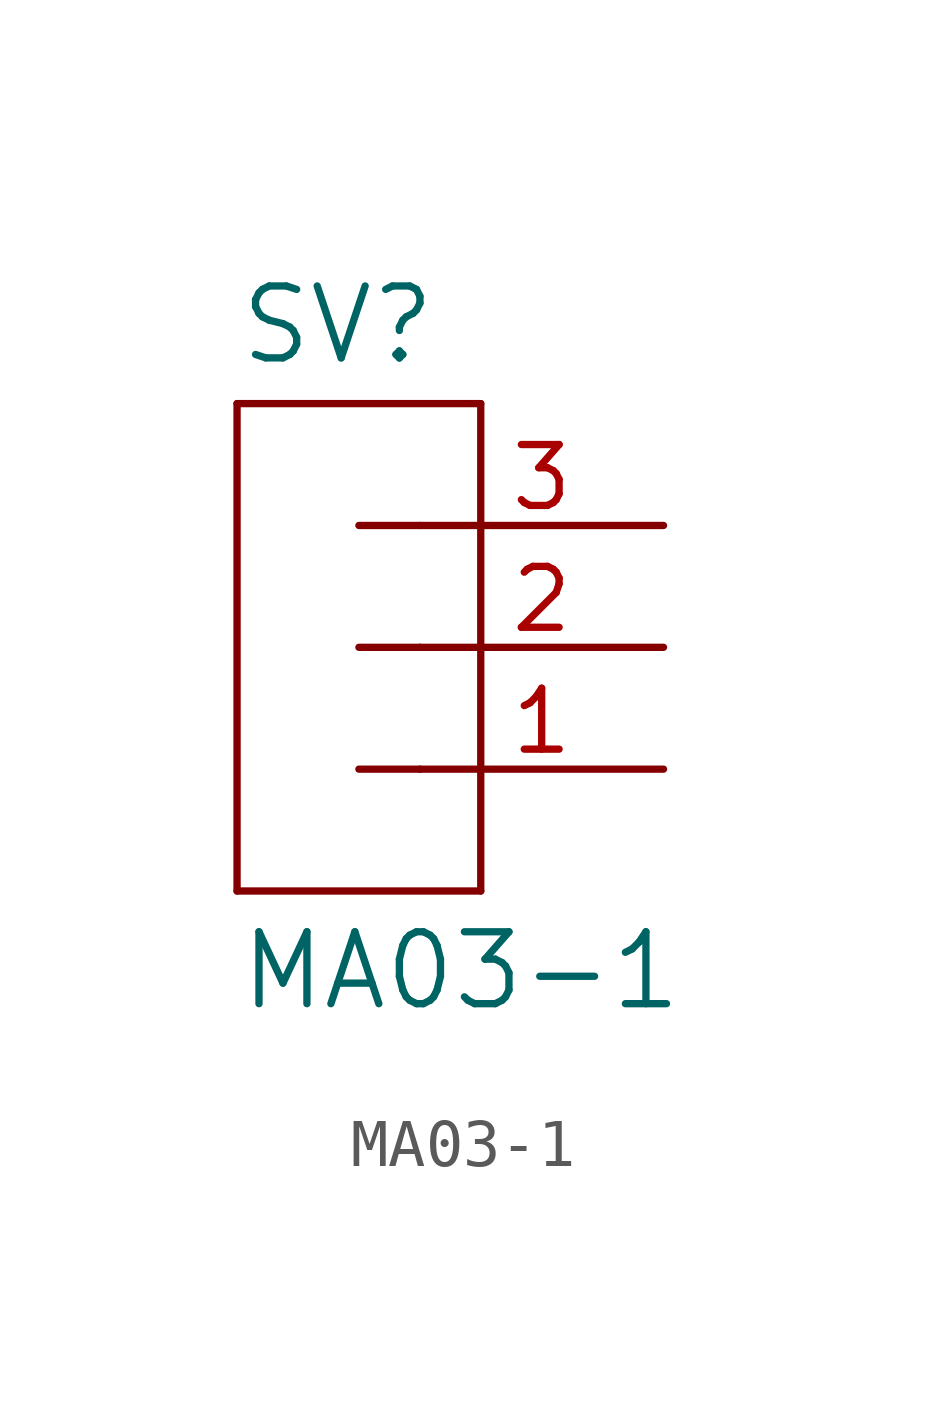
<source format=kicad_sym>
(kicad_symbol_lib
  (version 20211014)
  (generator kicad_symbol_editor)
  (symbol "MA03-1"
    (pin_names
      (offset 1.016))
    (property "Reference" "SV"
      (at -1.27 5.842 0)
      (effects (font (size 1.499 1.499)) (justify left bottom)))
    (property "Value" "MA03-1"
      (at -1.27 -7.62 0)
      (effects (font (size 1.499 1.499)) (justify left bottom)))
    (property "ki_locked" ""
      (at 0 0 0)
      (effects (font (size 1.27 1.27))))
    (symbol "MA03-1_1_0"
      (polyline (pts (xy -1.27 5.08) (xy -1.27 -5.08)) (stroke (width 0) (type default) (color 0 0 0 0)) (fill (type none)))
      (polyline (pts (xy -1.27 5.08) (xy 3.81 5.08)) (stroke (width 0) (type default) (color 0 0 0 0)) (fill (type none)))
      (polyline (pts (xy 1.27 -2.54) (xy 2.54 -2.54)) (stroke (width 0) (type default) (color 0 0 0 0)) (fill (type none)))
      (polyline (pts (xy 1.27 0) (xy 2.54 0)) (stroke (width 0) (type default) (color 0 0 0 0)) (fill (type none)))
      (polyline (pts (xy 1.27 2.54) (xy 2.54 2.54)) (stroke (width 0) (type default) (color 0 0 0 0)) (fill (type none)))
      (polyline (pts (xy 3.81 -5.08) (xy -1.27 -5.08)) (stroke (width 0) (type default) (color 0 0 0 0)) (fill (type none)))
      (polyline (pts (xy 3.81 -5.08) (xy 3.81 5.08)) (stroke (width 0) (type default) (color 0 0 0 0)) (fill (type none)))
      (pin passive line (at 7.62 -2.54 180) (length 5.08) (name "1" (effects (font (size 0 0)))) (number "1" (effects (font (size 1.27 1.27)))))
      (pin passive line (at 7.62 0 180) (length 5.08) (name "2" (effects (font (size 0 0)))) (number "2" (effects (font (size 1.27 1.27)))))
      (pin passive line (at 7.62 2.54 180) (length 5.08) (name "3" (effects (font (size 0 0)))) (number "3" (effects (font (size 1.27 1.27))))))))
</source>
